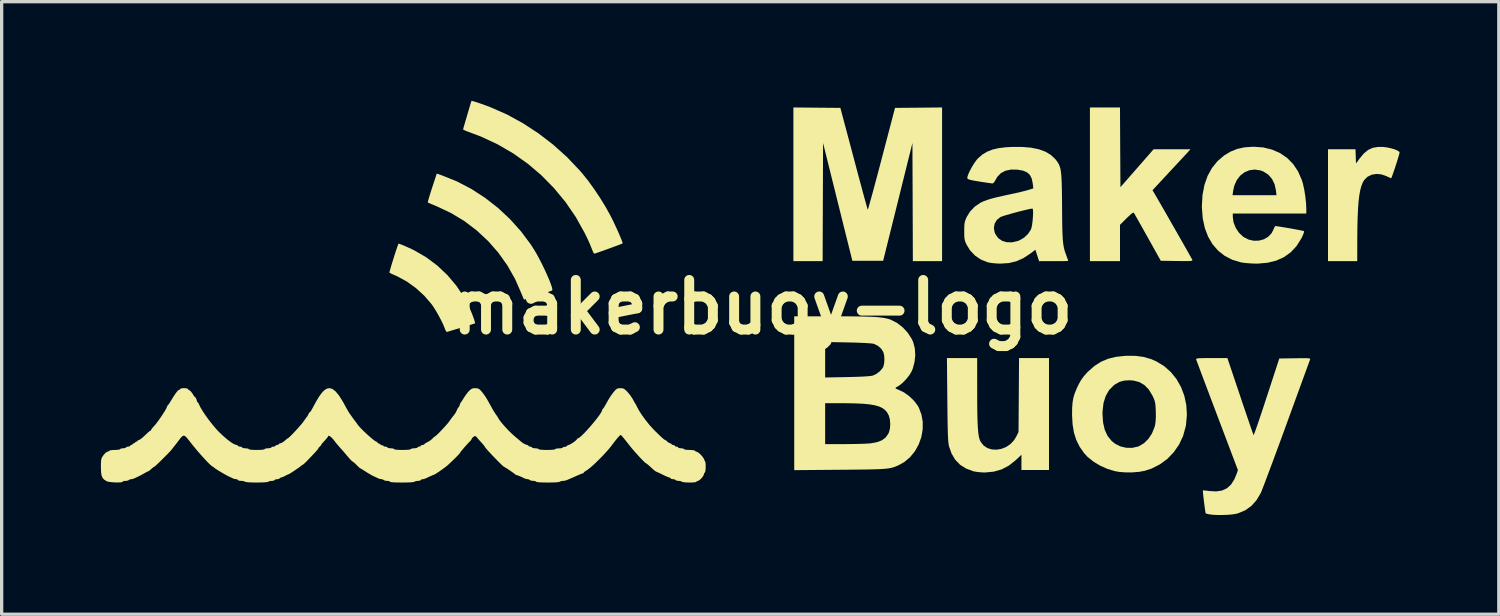
<source format=kicad_pcb>
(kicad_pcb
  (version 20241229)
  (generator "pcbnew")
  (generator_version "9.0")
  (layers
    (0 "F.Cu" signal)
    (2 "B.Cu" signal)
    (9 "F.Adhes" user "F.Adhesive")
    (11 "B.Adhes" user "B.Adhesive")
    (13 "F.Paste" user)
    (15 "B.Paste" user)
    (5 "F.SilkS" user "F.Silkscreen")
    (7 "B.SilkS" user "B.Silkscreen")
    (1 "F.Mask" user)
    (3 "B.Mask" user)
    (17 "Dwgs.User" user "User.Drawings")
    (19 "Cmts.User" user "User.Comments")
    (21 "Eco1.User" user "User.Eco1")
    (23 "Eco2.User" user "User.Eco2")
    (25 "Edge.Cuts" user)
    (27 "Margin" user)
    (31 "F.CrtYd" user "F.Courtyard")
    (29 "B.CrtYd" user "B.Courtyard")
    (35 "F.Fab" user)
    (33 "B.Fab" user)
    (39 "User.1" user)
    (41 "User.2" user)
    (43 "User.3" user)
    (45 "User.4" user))
  (footprint "makerbuoy-logo"
    (layer "F.Cu")
    (at 19.997 6.233)
    (property "Reference" "makerbuoy-logo" (at 0 0 0) (layer "F.SilkS") (effects (font (size 1.5 1.5) (thickness 0.3))))
    (attr board_only exclude_from_pos_files exclude_from_bom)
    (fp_poly (pts (xy 5.428 -3.712) (xy 5.428 -1.389) (xy 4.987 -1.389) (xy 4.545 -1.389) (xy 4.539 -3.175) (xy 4.532 -4.961) (xy 4.09 -3.181) (xy 3.647 -1.401) (xy 3.181 -1.401) (xy 2.716 -1.401) (xy 2.273 -3.181) (xy 1.831 -4.961) (xy 1.824 -3.175) (xy 1.818 -1.389) (xy 1.376 -1.389) (xy 0.934 -1.389) (xy 0.934 -3.712) (xy 0.934 -6.035) (xy 1.644 -6.028) (xy 2.354 -6.022) (xy 2.762 -4.49) (xy 2.833 -4.221) (xy 2.901 -3.967) (xy 2.965 -3.731) (xy 3.022 -3.519) (xy 3.072 -3.333) (xy 3.115 -3.179) (xy 3.148 -3.06) (xy 3.17 -2.981) (xy 3.181 -2.946) (xy 3.182 -2.945) (xy 3.191 -2.966) (xy 3.211 -3.032) (xy 3.241 -3.139) (xy 3.281 -3.283) (xy 3.33 -3.459) (xy 3.385 -3.664) (xy 3.446 -3.893) (xy 3.513 -4.143) (xy 3.583 -4.409) (xy 3.601 -4.477) (xy 4.006 -6.022) (xy 4.717 -6.028) (xy 5.428 -6.035)) (stroke (width 0) (type solid)) (fill yes) (layer "F.SilkS"))
    (fp_poly (pts (xy 18.756 -4.842) (xy 18.873 -4.827) (xy 18.993 -4.802) (xy 19.103 -4.77) (xy 19.191 -4.733) (xy 19.246 -4.697) (xy 19.256 -4.681) (xy 19.252 -4.651) (xy 19.234 -4.583) (xy 19.206 -4.487) (xy 19.171 -4.374) (xy 19.132 -4.254) (xy 19.093 -4.137) (xy 19.057 -4.033) (xy 19.027 -3.951) (xy 19.007 -3.903) (xy 19.002 -3.896) (xy 18.979 -3.903) (xy 18.924 -3.928) (xy 18.861 -3.958) (xy 18.707 -4.012) (xy 18.554 -4.026) (xy 18.41 -4.001) (xy 18.285 -3.939) (xy 18.188 -3.842) (xy 18.185 -3.838) (xy 18.139 -3.756) (xy 18.099 -3.653) (xy 18.066 -3.528) (xy 18.039 -3.374) (xy 18.017 -3.19) (xy 18.001 -2.971) (xy 17.989 -2.714) (xy 17.981 -2.414) (xy 17.978 -2.07) (xy 17.978 -1.95) (xy 17.977 -1.389) (xy 17.535 -1.389) (xy 17.093 -1.389) (xy 17.093 -3.08) (xy 17.093 -4.772) (xy 17.509 -4.772) (xy 17.924 -4.772) (xy 17.932 -4.556) (xy 17.939 -4.341) (xy 18.05 -4.493) (xy 18.176 -4.644) (xy 18.305 -4.75) (xy 18.446 -4.815) (xy 18.607 -4.842)) (stroke (width 0) (type solid)) (fill yes) (layer "F.SilkS"))
    (fp_poly (pts (xy -9.676 -3.977) (xy -9.231 -3.797) (xy -8.8 -3.572) (xy -8.386 -3.304) (xy -7.994 -2.998) (xy -7.63 -2.658) (xy -7.298 -2.288) (xy -7.003 -1.892) (xy -6.901 -1.733) (xy -6.824 -1.603) (xy -6.744 -1.455) (xy -6.664 -1.299) (xy -6.587 -1.14) (xy -6.515 -0.984) (xy -6.453 -0.84) (xy -6.403 -0.713) (xy -6.368 -0.61) (xy -6.351 -0.538) (xy -6.355 -0.505) (xy -6.383 -0.493) (xy -6.45 -0.469) (xy -6.545 -0.436) (xy -6.66 -0.398) (xy -6.783 -0.357) (xy -6.907 -0.317) (xy -7.02 -0.281) (xy -7.114 -0.252) (xy -7.179 -0.233) (xy -7.204 -0.227) (xy -7.218 -0.249) (xy -7.244 -0.307) (xy -7.278 -0.389) (xy -7.286 -0.41) (xy -7.477 -0.847) (xy -7.71 -1.259) (xy -7.983 -1.643) (xy -8.292 -1.996) (xy -8.634 -2.315) (xy -9.007 -2.598) (xy -9.408 -2.841) (xy -9.834 -3.042) (xy -9.835 -3.042) (xy -9.942 -3.087) (xy -10.032 -3.125) (xy -10.093 -3.152) (xy -10.116 -3.164) (xy -10.112 -3.191) (xy -10.095 -3.257) (xy -10.066 -3.356) (xy -10.027 -3.479) (xy -9.987 -3.606) (xy -9.845 -4.036)) (stroke (width 0) (type solid)) (fill yes) (layer "F.SilkS"))
    (fp_poly (pts (xy -10.965 -1.909) (xy -10.896 -1.882) (xy -10.804 -1.844) (xy -10.702 -1.799) (xy -10.6 -1.752) (xy -10.521 -1.713) (xy -10.161 -1.504) (xy -9.827 -1.254) (xy -9.522 -0.966) (xy -9.251 -0.644) (xy -9.018 -0.293) (xy -8.906 -0.088) (xy -8.864 0.002) (xy -8.818 0.108) (xy -8.774 0.217) (xy -8.735 0.32) (xy -8.706 0.407) (xy -8.689 0.467) (xy -8.688 0.49) (xy -8.715 0.499) (xy -8.781 0.521) (xy -8.88 0.552) (xy -9.002 0.589) (xy -9.102 0.619) (xy -9.238 0.66) (xy -9.359 0.696) (xy -9.454 0.725) (xy -9.516 0.744) (xy -9.535 0.75) (xy -9.56 0.736) (xy -9.587 0.686) (xy -9.595 0.665) (xy -9.637 0.558) (xy -9.699 0.425) (xy -9.776 0.278) (xy -9.859 0.131) (xy -9.941 -0.001) (xy -10.005 -0.092) (xy -10.225 -0.347) (xy -10.477 -0.577) (xy -10.75 -0.773) (xy -11.034 -0.928) (xy -11.069 -0.944) (xy -11.16 -0.984) (xy -11.231 -1.017) (xy -11.272 -1.039) (xy -11.276 -1.042) (xy -11.272 -1.068) (xy -11.255 -1.132) (xy -11.228 -1.226) (xy -11.194 -1.339) (xy -11.155 -1.463) (xy -11.116 -1.588) (xy -11.078 -1.705) (xy -11.044 -1.805) (xy -11.018 -1.878) (xy -11.002 -1.916) (xy -11 -1.919)) (stroke (width 0) (type solid)) (fill yes) (layer "F.SilkS"))
    (fp_poly (pts (xy 6.49 2.519) (xy 6.49 2.829) (xy 6.492 3.093) (xy 6.496 3.315) (xy 6.502 3.5) (xy 6.51 3.652) (xy 6.52 3.775) (xy 6.533 3.874) (xy 6.549 3.952) (xy 6.569 4.015) (xy 6.592 4.066) (xy 6.595 4.071) (xy 6.683 4.183) (xy 6.797 4.26) (xy 6.93 4.301) (xy 7.075 4.309) (xy 7.222 4.284) (xy 7.364 4.228) (xy 7.494 4.14) (xy 7.604 4.023) (xy 7.663 3.926) (xy 7.739 3.775) (xy 7.747 2.657) (xy 7.755 1.54) (xy 8.207 1.54) (xy 8.66 1.54) (xy 8.66 3.232) (xy 8.66 4.923) (xy 8.244 4.923) (xy 7.827 4.923) (xy 7.827 4.693) (xy 7.827 4.463) (xy 7.656 4.624) (xy 7.45 4.788) (xy 7.23 4.904) (xy 6.992 4.973) (xy 6.732 4.998) (xy 6.704 4.998) (xy 6.586 4.992) (xy 6.467 4.979) (xy 6.372 4.961) (xy 6.369 4.96) (xy 6.152 4.879) (xy 5.97 4.763) (xy 5.824 4.611) (xy 5.713 4.422) (xy 5.64 4.214) (xy 5.63 4.17) (xy 5.622 4.116) (xy 5.615 4.049) (xy 5.609 3.963) (xy 5.604 3.853) (xy 5.6 3.716) (xy 5.596 3.547) (xy 5.593 3.342) (xy 5.59 3.094) (xy 5.587 2.801) (xy 5.587 2.796) (xy 5.575 1.54) (xy 6.032 1.54) (xy 6.489 1.54)) (stroke (width 0) (type solid)) (fill yes) (layer "F.SilkS"))
    (fp_poly (pts (xy 10.812 -4.83) (xy 10.819 -3.625) (xy 11.321 -4.199) (xy 11.822 -4.772) (xy 12.379 -4.772) (xy 12.936 -4.772) (xy 12.885 -4.715) (xy 12.856 -4.683) (xy 12.797 -4.618) (xy 12.712 -4.527) (xy 12.608 -4.415) (xy 12.488 -4.286) (xy 12.357 -4.145) (xy 12.311 -4.096) (xy 11.788 -3.533) (xy 11.837 -3.452) (xy 11.871 -3.394) (xy 11.924 -3.303) (xy 11.994 -3.182) (xy 12.077 -3.038) (xy 12.171 -2.875) (xy 12.271 -2.7) (xy 12.375 -2.517) (xy 12.481 -2.333) (xy 12.584 -2.151) (xy 12.683 -1.979) (xy 12.773 -1.82) (xy 12.852 -1.681) (xy 12.916 -1.567) (xy 12.963 -1.483) (xy 12.989 -1.435) (xy 12.994 -1.426) (xy 12.994 -1.412) (xy 12.978 -1.403) (xy 12.939 -1.397) (xy 12.873 -1.393) (xy 12.771 -1.392) (xy 12.629 -1.393) (xy 12.524 -1.394) (xy 12.039 -1.401) (xy 11.644 -2.108) (xy 11.546 -2.282) (xy 11.457 -2.442) (xy 11.377 -2.583) (xy 11.311 -2.7) (xy 11.262 -2.787) (xy 11.233 -2.838) (xy 11.226 -2.849) (xy 11.207 -2.856) (xy 11.169 -2.836) (xy 11.109 -2.785) (xy 11.02 -2.701) (xy 11.005 -2.686) (xy 10.806 -2.488) (xy 10.806 -1.938) (xy 10.806 -1.389) (xy 10.352 -1.389) (xy 9.897 -1.389) (xy 9.897 -3.712) (xy 9.897 -6.034) (xy 10.352 -6.034) (xy 10.806 -6.034)) (stroke (width 0) (type solid)) (fill yes) (layer "F.SilkS"))
    (fp_poly (pts (xy -8.77 -6.23) (xy -8.704 -6.212) (xy -8.609 -6.182) (xy -8.491 -6.141) (xy -8.36 -6.094) (xy -8.224 -6.043) (xy -8.218 -6.04) (xy -7.726 -5.824) (xy -7.243 -5.56) (xy -6.776 -5.255) (xy -6.329 -4.912) (xy -5.909 -4.535) (xy -5.522 -4.128) (xy -5.435 -4.027) (xy -5.262 -3.81) (xy -5.082 -3.56) (xy -4.904 -3.293) (xy -4.739 -3.024) (xy -4.597 -2.767) (xy -4.545 -2.666) (xy -4.477 -2.524) (xy -4.411 -2.382) (xy -4.35 -2.246) (xy -4.298 -2.125) (xy -4.258 -2.027) (xy -4.234 -1.958) (xy -4.227 -1.926) (xy -4.228 -1.925) (xy -4.253 -1.914) (xy -4.317 -1.889) (xy -4.41 -1.854) (xy -4.522 -1.813) (xy -4.644 -1.768) (xy -4.767 -1.724) (xy -4.881 -1.683) (xy -4.978 -1.649) (xy -5.047 -1.626) (xy -5.079 -1.616) (xy -5.08 -1.616) (xy -5.105 -1.637) (xy -5.123 -1.673) (xy -5.187 -1.832) (xy -5.243 -1.966) (xy -5.304 -2.097) (xy -5.378 -2.247) (xy -5.379 -2.249) (xy -5.646 -2.727) (xy -5.954 -3.176) (xy -6.3 -3.595) (xy -6.68 -3.982) (xy -7.092 -4.333) (xy -7.534 -4.646) (xy -8.002 -4.918) (xy -8.494 -5.149) (xy -8.824 -5.274) (xy -8.922 -5.31) (xy -8.998 -5.341) (xy -9.042 -5.364) (xy -9.049 -5.372) (xy -9.042 -5.402) (xy -9.023 -5.47) (xy -8.995 -5.567) (xy -8.961 -5.682) (xy -8.925 -5.807) (xy -8.888 -5.931) (xy -8.854 -6.045) (xy -8.826 -6.14) (xy -8.805 -6.206) (xy -8.796 -6.233) (xy -8.796 -6.233)) (stroke (width 0) (type solid)) (fill yes) (layer "F.SilkS"))
    (fp_poly (pts (xy 11.278 1.473) (xy 11.516 1.505) (xy 11.737 1.568) (xy 11.905 1.641) (xy 12.14 1.784) (xy 12.344 1.965) (xy 12.515 2.177) (xy 12.651 2.417) (xy 12.75 2.679) (xy 12.81 2.959) (xy 12.828 3.251) (xy 12.802 3.552) (xy 12.79 3.616) (xy 12.713 3.896) (xy 12.592 4.153) (xy 12.432 4.384) (xy 12.238 4.586) (xy 12.013 4.752) (xy 11.761 4.88) (xy 11.548 4.949) (xy 11.383 4.979) (xy 11.189 4.995) (xy 10.985 4.996) (xy 10.793 4.982) (xy 10.664 4.961) (xy 10.433 4.893) (xy 10.208 4.793) (xy 10.001 4.668) (xy 9.824 4.525) (xy 9.721 4.413) (xy 9.585 4.219) (xy 9.484 4.015) (xy 9.414 3.792) (xy 9.373 3.543) (xy 9.357 3.258) (xy 9.357 3.244) (xy 9.357 3.232) (xy 10.277 3.232) (xy 10.294 3.488) (xy 10.345 3.709) (xy 10.431 3.894) (xy 10.553 4.045) (xy 10.653 4.127) (xy 10.812 4.208) (xy 10.991 4.251) (xy 11.175 4.254) (xy 11.351 4.215) (xy 11.379 4.204) (xy 11.532 4.113) (xy 11.665 3.982) (xy 11.773 3.818) (xy 11.849 3.628) (xy 11.868 3.557) (xy 11.883 3.446) (xy 11.89 3.3) (xy 11.887 3.135) (xy 11.881 3.008) (xy 11.872 2.915) (xy 11.856 2.841) (xy 11.831 2.77) (xy 11.792 2.685) (xy 11.781 2.664) (xy 11.672 2.486) (xy 11.542 2.354) (xy 11.389 2.265) (xy 11.21 2.219) (xy 11.084 2.211) (xy 10.923 2.222) (xy 10.789 2.261) (xy 10.662 2.332) (xy 10.61 2.371) (xy 10.474 2.511) (xy 10.374 2.686) (xy 10.308 2.897) (xy 10.279 3.143) (xy 10.277 3.232) (xy 9.357 3.232) (xy 9.36 3.045) (xy 9.372 2.881) (xy 9.398 2.737) (xy 9.44 2.598) (xy 9.503 2.447) (xy 9.55 2.348) (xy 9.623 2.215) (xy 9.703 2.101) (xy 9.806 1.984) (xy 9.846 1.944) (xy 10.033 1.779) (xy 10.228 1.654) (xy 10.44 1.563) (xy 10.677 1.504) (xy 10.949 1.474) (xy 11.009 1.471)) (stroke (width 0) (type solid)) (fill yes) (layer "F.SilkS"))
    (fp_poly (pts (xy 15.139 -4.826) (xy 15.406 -4.76) (xy 15.647 -4.654) (xy 15.859 -4.508) (xy 16.04 -4.324) (xy 16.187 -4.104) (xy 16.299 -3.849) (xy 16.334 -3.736) (xy 16.375 -3.551) (xy 16.408 -3.343) (xy 16.43 -3.137) (xy 16.437 -2.974) (xy 16.437 -2.828) (xy 15.326 -2.828) (xy 14.215 -2.828) (xy 14.215 -2.728) (xy 14.238 -2.563) (xy 14.302 -2.4) (xy 14.399 -2.252) (xy 14.522 -2.133) (xy 14.545 -2.117) (xy 14.695 -2.041) (xy 14.852 -2.006) (xy 15.008 -2.01) (xy 15.155 -2.05) (xy 15.283 -2.124) (xy 15.385 -2.23) (xy 15.441 -2.336) (xy 15.469 -2.402) (xy 15.492 -2.443) (xy 15.5 -2.45) (xy 15.54 -2.446) (xy 15.617 -2.435) (xy 15.722 -2.418) (xy 15.843 -2.398) (xy 15.972 -2.376) (xy 16.097 -2.353) (xy 16.21 -2.332) (xy 16.299 -2.314) (xy 16.356 -2.301) (xy 16.37 -2.296) (xy 16.368 -2.267) (xy 16.347 -2.205) (xy 16.309 -2.12) (xy 16.284 -2.071) (xy 16.141 -1.844) (xy 15.967 -1.658) (xy 15.764 -1.512) (xy 15.53 -1.406) (xy 15.266 -1.341) (xy 14.971 -1.315) (xy 14.912 -1.315) (xy 14.774 -1.32) (xy 14.634 -1.33) (xy 14.511 -1.345) (xy 14.455 -1.355) (xy 14.196 -1.433) (xy 13.967 -1.552) (xy 13.769 -1.709) (xy 13.602 -1.902) (xy 13.469 -2.13) (xy 13.37 -2.39) (xy 13.307 -2.681) (xy 13.282 -3.001) (xy 13.281 -3.058) (xy 13.3 -3.383) (xy 14.208 -3.383) (xy 14.872 -3.383) (xy 15.535 -3.383) (xy 15.521 -3.519) (xy 15.48 -3.709) (xy 15.402 -3.872) (xy 15.289 -4.003) (xy 15.146 -4.096) (xy 15.053 -4.132) (xy 14.881 -4.158) (xy 14.718 -4.138) (xy 14.569 -4.075) (xy 14.439 -3.974) (xy 14.335 -3.838) (xy 14.261 -3.672) (xy 14.226 -3.516) (xy 14.208 -3.383) (xy 13.3 -3.383) (xy 13.3 -3.389) (xy 13.358 -3.691) (xy 13.453 -3.964) (xy 13.586 -4.205) (xy 13.754 -4.413) (xy 13.957 -4.586) (xy 14.145 -4.699) (xy 14.348 -4.781) (xy 14.571 -4.83) (xy 14.825 -4.847) (xy 14.848 -4.847)) (stroke (width 0) (type solid)) (fill yes) (layer "F.SilkS"))
    (fp_poly (pts (xy 14.441 2.695) (xy 14.518 2.926) (xy 14.592 3.142) (xy 14.659 3.339) (xy 14.718 3.512) (xy 14.767 3.656) (xy 14.806 3.766) (xy 14.832 3.839) (xy 14.844 3.868) (xy 14.844 3.868) (xy 14.855 3.849) (xy 14.879 3.785) (xy 14.916 3.683) (xy 14.964 3.547) (xy 15.021 3.38) (xy 15.085 3.188) (xy 15.156 2.975) (xy 15.231 2.745) (xy 15.24 2.719) (xy 15.621 1.553) (xy 16.095 1.546) (xy 16.26 1.544) (xy 16.382 1.543) (xy 16.465 1.545) (xy 16.518 1.549) (xy 16.545 1.557) (xy 16.555 1.568) (xy 16.552 1.583) (xy 16.551 1.584) (xy 16.54 1.614) (xy 16.513 1.688) (xy 16.471 1.802) (xy 16.416 1.953) (xy 16.349 2.136) (xy 16.272 2.349) (xy 16.185 2.587) (xy 16.09 2.847) (xy 15.989 3.125) (xy 15.882 3.418) (xy 15.84 3.535) (xy 15.73 3.836) (xy 15.623 4.128) (xy 15.52 4.405) (xy 15.425 4.664) (xy 15.336 4.901) (xy 15.257 5.111) (xy 15.189 5.292) (xy 15.133 5.438) (xy 15.091 5.546) (xy 15.064 5.611) (xy 15.059 5.622) (xy 14.932 5.836) (xy 14.777 6.009) (xy 14.594 6.14) (xy 14.383 6.229) (xy 14.314 6.248) (xy 14.207 6.265) (xy 14.066 6.277) (xy 13.909 6.283) (xy 13.751 6.283) (xy 13.61 6.276) (xy 13.501 6.263) (xy 13.438 6.248) (xy 13.4 6.236) (xy 13.396 6.234) (xy 13.39 6.207) (xy 13.379 6.14) (xy 13.366 6.047) (xy 13.352 5.938) (xy 13.338 5.823) (xy 13.325 5.715) (xy 13.316 5.624) (xy 13.311 5.562) (xy 13.312 5.541) (xy 13.338 5.54) (xy 13.402 5.546) (xy 13.491 5.557) (xy 13.509 5.559) (xy 13.715 5.571) (xy 13.89 5.544) (xy 14.039 5.475) (xy 14.162 5.363) (xy 14.262 5.207) (xy 14.331 5.042) (xy 14.37 4.925) (xy 13.746 3.277) (xy 13.642 3.001) (xy 13.542 2.739) (xy 13.45 2.493) (xy 13.365 2.269) (xy 13.29 2.07) (xy 13.226 1.899) (xy 13.175 1.762) (xy 13.137 1.661) (xy 13.115 1.6) (xy 13.11 1.584) (xy 13.109 1.569) (xy 13.12 1.558) (xy 13.15 1.55) (xy 13.205 1.545) (xy 13.291 1.542) (xy 13.415 1.54) (xy 13.575 1.54) (xy 14.052 1.54)) (stroke (width 0) (type solid)) (fill yes) (layer "F.SilkS"))
    (fp_poly (pts (xy 2.463 0.278) (xy 2.739 0.28) (xy 2.973 0.283) (xy 3.171 0.288) (xy 3.336 0.294) (xy 3.474 0.303) (xy 3.588 0.315) (xy 3.683 0.329) (xy 3.764 0.346) (xy 3.834 0.366) (xy 3.874 0.38) (xy 4.064 0.476) (xy 4.24 0.612) (xy 4.393 0.778) (xy 4.513 0.965) (xy 4.556 1.06) (xy 4.604 1.245) (xy 4.618 1.45) (xy 4.596 1.66) (xy 4.542 1.86) (xy 4.501 1.955) (xy 4.435 2.062) (xy 4.345 2.174) (xy 4.245 2.279) (xy 4.147 2.36) (xy 4.103 2.388) (xy 4.047 2.421) (xy 4.017 2.446) (xy 4.015 2.45) (xy 4.036 2.466) (xy 4.089 2.49) (xy 4.109 2.497) (xy 4.272 2.575) (xy 4.433 2.69) (xy 4.578 2.828) (xy 4.692 2.978) (xy 4.723 3.033) (xy 4.805 3.247) (xy 4.844 3.473) (xy 4.841 3.703) (xy 4.8 3.932) (xy 4.721 4.151) (xy 4.609 4.353) (xy 4.465 4.531) (xy 4.292 4.678) (xy 4.141 4.765) (xy 4.078 4.794) (xy 4.021 4.819) (xy 3.964 4.839) (xy 3.902 4.857) (xy 3.832 4.871) (xy 3.748 4.882) (xy 3.647 4.891) (xy 3.523 4.898) (xy 3.372 4.903) (xy 3.19 4.907) (xy 2.971 4.91) (xy 2.712 4.913) (xy 2.408 4.916) (xy 2.342 4.916) (xy 0.959 4.928) (xy 0.959 2.904) (xy 1.894 2.904) (xy 1.894 3.522) (xy 1.894 4.141) (xy 2.481 4.141) (xy 2.663 4.139) (xy 2.841 4.136) (xy 3.005 4.132) (xy 3.144 4.126) (xy 3.247 4.119) (xy 3.274 4.117) (xy 3.463 4.082) (xy 3.61 4.025) (xy 3.721 3.942) (xy 3.801 3.83) (xy 3.824 3.781) (xy 3.853 3.668) (xy 3.862 3.531) (xy 3.85 3.394) (xy 3.819 3.279) (xy 3.815 3.27) (xy 3.767 3.183) (xy 3.705 3.111) (xy 3.626 3.051) (xy 3.525 3.004) (xy 3.397 2.967) (xy 3.238 2.94) (xy 3.045 2.921) (xy 2.811 2.91) (xy 2.534 2.905) (xy 2.405 2.904) (xy 1.894 2.904) (xy 0.959 2.904) (xy 0.959 2.603) (xy 0.959 1.054) (xy 1.894 1.054) (xy 1.894 1.591) (xy 1.894 2.127) (xy 2.569 2.114) (xy 2.816 2.108) (xy 3.018 2.1) (xy 3.173 2.091) (xy 3.281 2.08) (xy 3.338 2.069) (xy 3.448 2.015) (xy 3.549 1.937) (xy 3.626 1.848) (xy 3.652 1.802) (xy 3.677 1.702) (xy 3.685 1.579) (xy 3.677 1.455) (xy 3.652 1.356) (xy 3.652 1.355) (xy 3.587 1.256) (xy 3.489 1.17) (xy 3.373 1.112) (xy 3.364 1.109) (xy 3.31 1.1) (xy 3.212 1.092) (xy 3.076 1.083) (xy 2.908 1.076) (xy 2.715 1.07) (xy 2.582 1.067) (xy 1.894 1.054) (xy 0.959 1.054) (xy 0.959 0.278) (xy 2.14 0.278)) (stroke (width 0) (type solid)) (fill yes) (layer "F.SilkS"))
    (fp_poly (pts (xy 8.119 -4.819) (xy 8.354 -4.771) (xy 8.553 -4.698) (xy 8.717 -4.599) (xy 8.851 -4.473) (xy 8.888 -4.426) (xy 8.925 -4.373) (xy 8.956 -4.32) (xy 8.981 -4.262) (xy 9.002 -4.195) (xy 9.017 -4.112) (xy 9.03 -4.01) (xy 9.039 -3.882) (xy 9.045 -3.724) (xy 9.05 -3.531) (xy 9.053 -3.297) (xy 9.055 -3.019) (xy 9.057 -2.745) (xy 9.06 -2.516) (xy 9.064 -2.326) (xy 9.07 -2.17) (xy 9.077 -2.041) (xy 9.088 -1.934) (xy 9.101 -1.844) (xy 9.118 -1.765) (xy 9.138 -1.69) (xy 9.164 -1.615) (xy 9.181 -1.569) (xy 9.211 -1.487) (xy 9.233 -1.426) (xy 9.241 -1.398) (xy 9.241 -1.398) (xy 9.217 -1.395) (xy 9.151 -1.392) (xy 9.05 -1.39) (xy 8.923 -1.389) (xy 8.801 -1.389) (xy 8.36 -1.389) (xy 8.304 -1.562) (xy 8.249 -1.734) (xy 8.095 -1.618) (xy 7.882 -1.478) (xy 7.668 -1.384) (xy 7.442 -1.331) (xy 7.19 -1.315) (xy 7.184 -1.315) (xy 7.061 -1.32) (xy 6.937 -1.332) (xy 6.836 -1.349) (xy 6.817 -1.353) (xy 6.606 -1.435) (xy 6.424 -1.557) (xy 6.272 -1.719) (xy 6.166 -1.893) (xy 6.134 -1.963) (xy 6.114 -2.026) (xy 6.103 -2.098) (xy 6.098 -2.193) (xy 6.098 -2.298) (xy 6.099 -2.397) (xy 6.994 -2.397) (xy 7.016 -2.262) (xy 7.044 -2.198) (xy 7.129 -2.082) (xy 7.245 -2.003) (xy 7.384 -1.961) (xy 7.541 -1.958) (xy 7.709 -1.996) (xy 7.771 -2.02) (xy 7.906 -2.099) (xy 8.022 -2.208) (xy 8.106 -2.332) (xy 8.118 -2.357) (xy 8.136 -2.42) (xy 8.152 -2.51) (xy 8.165 -2.615) (xy 8.174 -2.725) (xy 8.179 -2.827) (xy 8.178 -2.911) (xy 8.171 -2.965) (xy 8.161 -2.979) (xy 8.11 -2.973) (xy 8.02 -2.954) (xy 7.903 -2.926) (xy 7.769 -2.893) (xy 7.628 -2.855) (xy 7.49 -2.817) (xy 7.367 -2.782) (xy 7.268 -2.751) (xy 7.204 -2.727) (xy 7.191 -2.721) (xy 7.083 -2.635) (xy 7.017 -2.524) (xy 6.994 -2.397) (xy 6.099 -2.397) (xy 6.099 -2.423) (xy 6.105 -2.514) (xy 6.118 -2.585) (xy 6.141 -2.654) (xy 6.17 -2.72) (xy 6.273 -2.888) (xy 6.415 -3.036) (xy 6.585 -3.153) (xy 6.61 -3.166) (xy 6.699 -3.206) (xy 6.808 -3.245) (xy 6.942 -3.285) (xy 7.108 -3.327) (xy 7.313 -3.373) (xy 7.478 -3.408) (xy 7.625 -3.44) (xy 7.771 -3.473) (xy 7.901 -3.505) (xy 7.999 -3.531) (xy 8.018 -3.537) (xy 8.187 -3.589) (xy 8.17 -3.73) (xy 8.14 -3.88) (xy 8.085 -3.993) (xy 8 -4.072) (xy 7.878 -4.124) (xy 7.715 -4.154) (xy 7.712 -4.155) (xy 7.512 -4.158) (xy 7.342 -4.122) (xy 7.202 -4.047) (xy 7.094 -3.933) (xy 7.047 -3.85) (xy 7.001 -3.773) (xy 6.959 -3.739) (xy 6.95 -3.738) (xy 6.909 -3.743) (xy 6.83 -3.754) (xy 6.721 -3.77) (xy 6.594 -3.789) (xy 6.552 -3.796) (xy 6.408 -3.82) (xy 6.307 -3.84) (xy 6.241 -3.858) (xy 6.205 -3.875) (xy 6.191 -3.894) (xy 6.19 -3.896) (xy 6.197 -3.95) (xy 6.228 -4.034) (xy 6.276 -4.136) (xy 6.336 -4.246) (xy 6.402 -4.352) (xy 6.467 -4.443) (xy 6.513 -4.496) (xy 6.643 -4.609) (xy 6.785 -4.696) (xy 6.947 -4.761) (xy 7.136 -4.805) (xy 7.362 -4.832) (xy 7.527 -4.841) (xy 7.844 -4.842)) (stroke (width 0) (type solid)) (fill yes) (layer "F.SilkS"))
    (fp_poly (pts (xy -13.002 2.472) (xy -12.909 2.542) (xy -12.809 2.66) (xy -12.702 2.826) (xy -12.649 2.92) (xy -12.591 3.026) (xy -12.538 3.121) (xy -12.496 3.191) (xy -12.475 3.223) (xy -12.427 3.289) (xy -12.397 3.332) (xy -12.352 3.395) (xy -12.321 3.434) (xy -12.277 3.492) (xy -12.246 3.538) (xy -12.201 3.596) (xy -12.132 3.671) (xy -12.047 3.756) (xy -11.954 3.843) (xy -11.862 3.925) (xy -11.779 3.995) (xy -11.714 4.044) (xy -11.674 4.065) (xy -11.671 4.065) (xy -11.642 4.081) (xy -11.64 4.09) (xy -11.62 4.114) (xy -11.613 4.116) (xy -11.574 4.132) (xy -11.547 4.154) (xy -11.507 4.178) (xy -11.486 4.177) (xy -11.464 4.181) (xy -11.463 4.19) (xy -11.441 4.21) (xy -11.4 4.217) (xy -11.352 4.225) (xy -11.337 4.242) (xy -11.314 4.258) (xy -11.258 4.266) (xy -11.236 4.267) (xy -11.172 4.273) (xy -11.137 4.287) (xy -11.135 4.292) (xy -11.111 4.304) (xy -11.043 4.312) (xy -10.94 4.317) (xy -10.882 4.317) (xy -10.765 4.315) (xy -10.68 4.308) (xy -10.635 4.298) (xy -10.63 4.292) (xy -10.607 4.276) (xy -10.551 4.268) (xy -10.529 4.267) (xy -10.465 4.261) (xy -10.43 4.247) (xy -10.428 4.242) (xy -10.406 4.221) (xy -10.377 4.217) (xy -10.336 4.206) (xy -10.327 4.191) (xy -10.305 4.171) (xy -10.276 4.166) (xy -10.235 4.158) (xy -10.225 4.147) (xy -10.204 4.126) (xy -10.152 4.094) (xy -10.122 4.079) (xy -10.047 4.035) (xy -9.986 3.985) (xy -9.974 3.972) (xy -9.934 3.93) (xy -9.906 3.914) (xy -9.881 3.896) (xy -9.829 3.85) (xy -9.76 3.782) (xy -9.708 3.727) (xy -9.617 3.63) (xy -9.551 3.556) (xy -9.5 3.496) (xy -9.454 3.435) (xy -9.418 3.383) (xy -9.374 3.324) (xy -9.323 3.261) (xy -9.272 3.187) (xy -9.236 3.112) (xy -9.211 3.057) (xy -9.19 3.03) (xy -9.188 3.03) (xy -9.17 3.008) (xy -9.153 2.961) (xy -9.134 2.906) (xy -9.117 2.879) (xy -9.094 2.851) (xy -9.057 2.794) (xy -9.03 2.748) (xy -8.97 2.658) (xy -8.902 2.569) (xy -8.876 2.54) (xy -8.814 2.483) (xy -8.759 2.456) (xy -8.687 2.45) (xy -8.681 2.45) (xy -8.617 2.455) (xy -8.569 2.473) (xy -8.522 2.515) (xy -8.472 2.574) (xy -8.428 2.63) (xy -8.387 2.688) (xy -8.343 2.756) (xy -8.291 2.846) (xy -8.225 2.965) (xy -8.182 3.042) (xy -8.141 3.114) (xy -8.095 3.188) (xy -8.055 3.25) (xy -8.03 3.282) (xy -8.01 3.312) (xy -7.981 3.364) (xy -7.935 3.434) (xy -7.86 3.527) (xy -7.766 3.634) (xy -7.663 3.743) (xy -7.558 3.844) (xy -7.465 3.926) (xy -7.386 3.991) (xy -7.307 4.058) (xy -7.29 4.073) (xy -7.221 4.122) (xy -7.153 4.155) (xy -7.139 4.158) (xy -7.089 4.175) (xy -7.07 4.194) (xy -7.048 4.212) (xy -7.019 4.217) (xy -6.978 4.227) (xy -6.969 4.242) (xy -6.946 4.258) (xy -6.89 4.266) (xy -6.868 4.267) (xy -6.804 4.273) (xy -6.769 4.287) (xy -6.767 4.292) (xy -6.743 4.304) (xy -6.675 4.312) (xy -6.572 4.317) (xy -6.514 4.317) (xy -6.398 4.315) (xy -6.313 4.308) (xy -6.267 4.298) (xy -6.262 4.292) (xy -6.239 4.278) (xy -6.183 4.271) (xy -6.158 4.271) (xy -6.083 4.266) (xy -6.038 4.247) (xy -6.035 4.243) (xy -6.003 4.222) (xy -5.989 4.226) (xy -5.952 4.224) (xy -5.925 4.204) (xy -5.881 4.173) (xy -5.858 4.166) (xy -5.82 4.152) (xy -5.761 4.118) (xy -5.696 4.074) (xy -5.64 4.029) (xy -5.608 3.996) (xy -5.605 3.988) (xy -5.585 3.966) (xy -5.574 3.964) (xy -5.535 3.945) (xy -5.473 3.892) (xy -5.392 3.813) (xy -5.301 3.716) (xy -5.203 3.606) (xy -5.107 3.493) (xy -5.017 3.381) (xy -4.941 3.28) (xy -4.884 3.195) (xy -4.852 3.135) (xy -4.848 3.116) (xy -4.832 3.081) (xy -4.825 3.076) (xy -4.803 3.051) (xy -4.766 2.992) (xy -4.721 2.911) (xy -4.71 2.891) (xy -4.648 2.782) (xy -4.576 2.669) (xy -4.512 2.583) (xy -4.452 2.512) (xy -4.406 2.472) (xy -4.36 2.455) (xy -4.299 2.45) (xy -4.298 2.45) (xy -4.232 2.454) (xy -4.181 2.473) (xy -4.127 2.517) (xy -4.084 2.561) (xy -4.011 2.647) (xy -3.943 2.744) (xy -3.914 2.795) (xy -3.876 2.865) (xy -3.847 2.914) (xy -3.837 2.929) (xy -3.819 2.959) (xy -3.793 3.013) (xy -3.733 3.125) (xy -3.646 3.26) (xy -3.54 3.406) (xy -3.425 3.551) (xy -3.308 3.682) (xy -3.254 3.737) (xy -3.142 3.846) (xy -3.061 3.924) (xy -3.005 3.974) (xy -2.968 4.003) (xy -2.947 4.014) (xy -2.943 4.015) (xy -2.917 4.03) (xy -2.878 4.065) (xy -2.828 4.102) (xy -2.79 4.116) (xy -2.756 4.129) (xy -2.752 4.141) (xy -2.731 4.161) (xy -2.702 4.166) (xy -2.661 4.177) (xy -2.651 4.191) (xy -2.63 4.212) (xy -2.601 4.217) (xy -2.56 4.227) (xy -2.55 4.242) (xy -2.528 4.258) (xy -2.473 4.267) (xy -2.462 4.267) (xy -2.403 4.273) (xy -2.374 4.289) (xy -2.373 4.292) (xy -2.35 4.305) (xy -2.289 4.314) (xy -2.209 4.317) (xy -2.126 4.321) (xy -2.067 4.329) (xy -2.045 4.34) (xy -2.024 4.36) (xy -1.976 4.377) (xy -1.928 4.404) (xy -1.869 4.458) (xy -1.811 4.524) (xy -1.769 4.587) (xy -1.756 4.625) (xy -1.74 4.656) (xy -1.736 4.66) (xy -1.724 4.695) (xy -1.718 4.759) (xy -1.717 4.837) (xy -1.721 4.914) (xy -1.729 4.973) (xy -1.741 4.999) (xy -1.742 4.999) (xy -1.764 5.02) (xy -1.768 5.043) (xy -1.785 5.093) (xy -1.828 5.154) (xy -1.883 5.211) (xy -1.934 5.246) (xy -1.954 5.252) (xy -1.989 5.264) (xy -1.995 5.277) (xy -2.018 5.289) (xy -2.084 5.298) (xy -2.181 5.302) (xy -2.208 5.302) (xy -2.307 5.299) (xy -2.385 5.292) (xy -2.431 5.281) (xy -2.436 5.277) (xy -2.47 5.26) (xy -2.531 5.252) (xy -2.539 5.252) (xy -2.597 5.245) (xy -2.625 5.229) (xy -2.626 5.226) (xy -2.648 5.209) (xy -2.701 5.201) (xy -2.702 5.201) (xy -2.755 5.194) (xy -2.777 5.176) (xy -2.777 5.176) (xy -2.798 5.153) (xy -2.812 5.151) (xy -2.85 5.14) (xy -2.919 5.111) (xy -3.005 5.07) (xy -3.02 5.063) (xy -3.105 5.021) (xy -3.172 4.99) (xy -3.208 4.975) (xy -3.211 4.974) (xy -3.239 4.959) (xy -3.287 4.92) (xy -3.304 4.905) (xy -3.401 4.816) (xy -3.466 4.759) (xy -3.505 4.729) (xy -3.519 4.721) (xy -3.544 4.704) (xy -3.594 4.657) (xy -3.662 4.588) (xy -3.739 4.506) (xy -3.818 4.418) (xy -3.832 4.403) (xy -3.897 4.328) (xy -3.952 4.264) (xy -4.008 4.196) (xy -4.074 4.112) (xy -4.156 4.008) (xy -4.213 3.938) (xy -4.26 3.886) (xy -4.285 3.863) (xy -4.287 3.863) (xy -4.316 3.883) (xy -4.369 3.94) (xy -4.443 4.03) (xy -4.534 4.147) (xy -4.564 4.189) (xy -4.645 4.29) (xy -4.747 4.405) (xy -4.862 4.527) (xy -4.982 4.647) (xy -5.098 4.758) (xy -5.204 4.851) (xy -5.291 4.919) (xy -5.335 4.947) (xy -5.383 4.978) (xy -5.403 5.003) (xy -5.403 5.003) (xy -5.422 5.024) (xy -5.428 5.024) (xy -5.462 5.034) (xy -5.527 5.06) (xy -5.598 5.09) (xy -5.687 5.13) (xy -5.765 5.164) (xy -5.807 5.182) (xy -5.873 5.21) (xy -5.914 5.229) (xy -5.972 5.246) (xy -6.033 5.252) (xy -6.091 5.259) (xy -6.123 5.277) (xy -6.153 5.287) (xy -6.227 5.295) (xy -6.337 5.3) (xy -6.474 5.302) (xy -6.49 5.302) (xy -6.637 5.3) (xy -6.748 5.295) (xy -6.818 5.287) (xy -6.842 5.277) (xy -6.865 5.26) (xy -6.919 5.252) (xy -6.929 5.252) (xy -6.992 5.245) (xy -7.03 5.229) (xy -7.032 5.226) (xy -7.067 5.205) (xy -7.097 5.201) (xy -7.163 5.189) (xy -7.19 5.178) (xy -7.258 5.145) (xy -7.333 5.112) (xy -7.398 5.087) (xy -7.436 5.076) (xy -7.439 5.076) (xy -7.467 5.063) (xy -7.471 5.058) (xy -7.498 5.035) (xy -7.555 4.993) (xy -7.628 4.943) (xy -7.704 4.892) (xy -7.769 4.851) (xy -7.811 4.827) (xy -7.814 4.825) (xy -7.843 4.804) (xy -7.896 4.755) (xy -7.966 4.686) (xy -8.048 4.603) (xy -8.134 4.514) (xy -8.218 4.425) (xy -8.293 4.344) (xy -8.352 4.277) (xy -8.388 4.232) (xy -8.396 4.217) (xy -8.405 4.2) (xy -8.44 4.157) (xy -8.482 4.109) (xy -8.546 4.038) (xy -8.604 3.972) (xy -8.628 3.942) (xy -8.666 3.902) (xy -8.7 3.9) (xy -8.731 3.916) (xy -8.773 3.951) (xy -8.786 3.974) (xy -8.802 4.01) (xy -8.825 4.038) (xy -8.908 4.125) (xy -8.988 4.213) (xy -9.057 4.293) (xy -9.11 4.356) (xy -9.137 4.394) (xy -9.14 4.401) (xy -9.157 4.426) (xy -9.204 4.477) (xy -9.271 4.546) (xy -9.352 4.625) (xy -9.438 4.707) (xy -9.52 4.783) (xy -9.537 4.797) (xy -9.586 4.836) (xy -9.656 4.888) (xy -9.736 4.944) (xy -9.815 4.998) (xy -9.879 5.039) (xy -9.918 5.061) (xy -9.923 5.063) (xy -9.953 5.073) (xy -10.011 5.099) (xy -10.082 5.13) (xy -10.147 5.161) (xy -10.181 5.178) (xy -10.245 5.198) (xy -10.276 5.201) (xy -10.317 5.212) (xy -10.327 5.226) (xy -10.349 5.243) (xy -10.403 5.252) (xy -10.414 5.252) (xy -10.476 5.258) (xy -10.514 5.275) (xy -10.516 5.277) (xy -10.547 5.287) (xy -10.621 5.295) (xy -10.731 5.3) (xy -10.871 5.302) (xy -10.896 5.302) (xy -11.047 5.3) (xy -11.161 5.296) (xy -11.234 5.288) (xy -11.261 5.278) (xy -11.261 5.277) (xy -11.283 5.26) (xy -11.337 5.252) (xy -11.348 5.252) (xy -11.411 5.245) (xy -11.448 5.229) (xy -11.45 5.226) (xy -11.486 5.205) (xy -11.515 5.201) (xy -11.581 5.189) (xy -11.608 5.178) (xy -11.66 5.153) (xy -11.731 5.121) (xy -11.747 5.114) (xy -11.818 5.078) (xy -11.909 5.025) (xy -11.992 4.973) (xy -12.068 4.924) (xy -12.126 4.888) (xy -12.156 4.873) (xy -12.157 4.873) (xy -12.181 4.856) (xy -12.228 4.813) (xy -12.268 4.772) (xy -12.325 4.716) (xy -12.37 4.679) (xy -12.387 4.67) (xy -12.412 4.651) (xy -12.461 4.602) (xy -12.523 4.532) (xy -12.549 4.502) (xy -12.626 4.41) (xy -12.704 4.32) (xy -12.768 4.249) (xy -12.776 4.24) (xy -12.835 4.172) (xy -12.886 4.111) (xy -12.902 4.09) (xy -12.969 4.003) (xy -13.032 3.937) (xy -13.084 3.896) (xy -13.119 3.886) (xy -13.129 3.907) (xy -13.146 3.934) (xy -13.188 3.985) (xy -13.243 4.046) (xy -13.298 4.107) (xy -13.333 4.15) (xy -13.34 4.166) (xy -13.345 4.18) (xy -13.379 4.214) (xy -13.382 4.217) (xy -13.417 4.251) (xy -13.424 4.267) (xy -13.423 4.267) (xy -13.432 4.284) (xy -13.468 4.329) (xy -13.525 4.393) (xy -13.552 4.422) (xy -13.675 4.552) (xy -13.767 4.648) (xy -13.834 4.714) (xy -13.878 4.753) (xy -13.905 4.771) (xy -13.911 4.772) (xy -13.941 4.79) (xy -13.941 4.792) (xy -13.964 4.813) (xy -14.016 4.852) (xy -14.087 4.901) (xy -14.166 4.954) (xy -14.24 5.003) (xy -14.299 5.039) (xy -14.332 5.056) (xy -14.335 5.056) (xy -14.358 5.064) (xy -14.409 5.089) (xy -14.43 5.101) (xy -14.496 5.133) (xy -14.548 5.15) (xy -14.557 5.151) (xy -14.59 5.165) (xy -14.594 5.176) (xy -14.616 5.194) (xy -14.668 5.201) (xy -14.669 5.201) (xy -14.723 5.209) (xy -14.745 5.226) (xy -14.745 5.226) (xy -14.767 5.243) (xy -14.822 5.252) (xy -14.832 5.252) (xy -14.895 5.258) (xy -14.933 5.275) (xy -14.934 5.277) (xy -14.965 5.287) (xy -15.039 5.295) (xy -15.147 5.3) (xy -15.282 5.302) (xy -15.288 5.302) (xy -15.424 5.3) (xy -15.534 5.295) (xy -15.609 5.287) (xy -15.641 5.277) (xy -15.641 5.277) (xy -15.675 5.261) (xy -15.737 5.252) (xy -15.757 5.252) (xy -15.819 5.246) (xy -15.854 5.232) (xy -15.856 5.226) (xy -15.877 5.206) (xy -15.907 5.201) (xy -15.973 5.19) (xy -16.002 5.179) (xy -16.056 5.153) (xy -16.121 5.123) (xy -16.186 5.09) (xy -16.27 5.044) (xy -16.361 4.991) (xy -16.45 4.937) (xy -16.524 4.89) (xy -16.572 4.856) (xy -16.584 4.843) (xy -16.612 4.823) (xy -16.614 4.822) (xy -16.646 4.804) (xy -16.704 4.753) (xy -16.782 4.675) (xy -16.875 4.576) (xy -16.976 4.464) (xy -17.081 4.343) (xy -17.184 4.22) (xy -17.244 4.145) (xy -17.338 4.026) (xy -17.405 3.943) (xy -17.456 3.896) (xy -17.498 3.884) (xy -17.541 3.906) (xy -17.592 3.962) (xy -17.66 4.05) (xy -17.7 4.103) (xy -17.765 4.186) (xy -17.82 4.256) (xy -17.856 4.302) (xy -17.863 4.311) (xy -17.903 4.356) (xy -17.966 4.423) (xy -18.044 4.502) (xy -18.128 4.586) (xy -18.211 4.668) (xy -18.285 4.739) (xy -18.343 4.793) (xy -18.376 4.82) (xy -18.38 4.822) (xy -18.41 4.838) (xy -18.46 4.878) (xy -18.479 4.896) (xy -18.527 4.938) (xy -18.555 4.959) (xy -18.558 4.959) (xy -18.577 4.966) (xy -18.628 4.991) (xy -18.678 5.019) (xy -18.762 5.066) (xy -18.841 5.107) (xy -18.873 5.122) (xy -18.941 5.154) (xy -18.993 5.179) (xy -19.057 5.198) (xy -19.086 5.201) (xy -19.135 5.213) (xy -19.151 5.226) (xy -19.185 5.244) (xy -19.246 5.252) (xy -19.253 5.252) (xy -19.311 5.258) (xy -19.34 5.274) (xy -19.34 5.277) (xy -19.363 5.291) (xy -19.423 5.298) (xy -19.507 5.3) (xy -19.603 5.297) (xy -19.696 5.289) (xy -19.775 5.277) (xy -19.825 5.261) (xy -19.898 5.215) (xy -19.947 5.161) (xy -19.977 5.088) (xy -19.992 4.987) (xy -19.997 4.846) (xy -19.997 4.837) (xy -19.996 4.719) (xy -19.992 4.639) (xy -19.981 4.582) (xy -19.961 4.537) (xy -19.93 4.489) (xy -19.919 4.474) (xy -19.863 4.411) (xy -19.812 4.373) (xy -19.793 4.368) (xy -19.753 4.357) (xy -19.744 4.343) (xy -19.721 4.33) (xy -19.66 4.321) (xy -19.58 4.317) (xy -19.494 4.314) (xy -19.436 4.304) (xy -19.416 4.292) (xy -19.394 4.276) (xy -19.339 4.267) (xy -19.328 4.267) (xy -19.269 4.261) (xy -19.24 4.245) (xy -19.239 4.242) (xy -19.218 4.223) (xy -19.176 4.217) (xy -19.129 4.208) (xy -19.113 4.191) (xy -19.093 4.169) (xy -19.075 4.166) (xy -19.042 4.152) (xy -19.037 4.141) (xy -19.017 4.118) (xy -19 4.116) (xy -18.966 4.102) (xy -18.962 4.09) (xy -18.941 4.068) (xy -18.924 4.065) (xy -18.89 4.051) (xy -18.886 4.04) (xy -18.865 4.018) (xy -18.845 4.015) (xy -18.809 3.998) (xy -18.75 3.953) (xy -18.678 3.888) (xy -18.656 3.867) (xy -18.587 3.801) (xy -18.532 3.753) (xy -18.499 3.732) (xy -18.495 3.732) (xy -18.483 3.726) (xy -18.482 3.718) (xy -18.466 3.685) (xy -18.424 3.632) (xy -18.391 3.597) (xy -18.34 3.538) (xy -18.277 3.456) (xy -18.208 3.359) (xy -18.14 3.258) (xy -18.079 3.163) (xy -18.032 3.084) (xy -18.006 3.03) (xy -18.002 3.017) (xy -17.989 2.98) (xy -17.982 2.975) (xy -17.958 2.95) (xy -17.921 2.896) (xy -17.902 2.866) (xy -17.806 2.709) (xy -17.729 2.595) (xy -17.672 2.525) (xy -17.635 2.5) (xy -17.634 2.5) (xy -17.602 2.485) (xy -17.598 2.474) (xy -17.576 2.459) (xy -17.519 2.45) (xy -17.485 2.449) (xy -17.417 2.454) (xy -17.376 2.466) (xy -17.371 2.473) (xy -17.35 2.499) (xy -17.325 2.511) (xy -17.285 2.541) (xy -17.239 2.599) (xy -17.222 2.626) (xy -17.184 2.686) (xy -17.153 2.722) (xy -17.144 2.727) (xy -17.124 2.749) (xy -17.106 2.801) (xy -17.106 2.803) (xy -17.089 2.856) (xy -17.072 2.878) (xy -17.072 2.878) (xy -17.051 2.899) (xy -17.027 2.95) (xy -17.027 2.95) (xy -16.984 3.038) (xy -16.915 3.153) (xy -16.826 3.285) (xy -16.724 3.424) (xy -16.618 3.559) (xy -16.514 3.682) (xy -16.439 3.763) (xy -16.312 3.884) (xy -16.19 3.99) (xy -16.079 4.076) (xy -15.985 4.135) (xy -15.916 4.164) (xy -15.901 4.166) (xy -15.863 4.178) (xy -15.856 4.191) (xy -15.834 4.21) (xy -15.793 4.217) (xy -15.745 4.225) (xy -15.73 4.242) (xy -15.707 4.258) (xy -15.651 4.266) (xy -15.629 4.267) (xy -15.566 4.273) (xy -15.53 4.287) (xy -15.528 4.292) (xy -15.504 4.304) (xy -15.437 4.313) (xy -15.336 4.317) (xy -15.288 4.317) (xy -15.175 4.315) (xy -15.094 4.308) (xy -15.052 4.297) (xy -15.048 4.292) (xy -15.026 4.276) (xy -14.97 4.268) (xy -14.947 4.267) (xy -14.884 4.261) (xy -14.849 4.247) (xy -14.846 4.242) (xy -14.825 4.223) (xy -14.783 4.217) (xy -14.736 4.208) (xy -14.72 4.191) (xy -14.699 4.171) (xy -14.669 4.166) (xy -14.628 4.155) (xy -14.619 4.141) (xy -14.598 4.12) (xy -14.571 4.116) (xy -14.524 4.099) (xy -14.463 4.058) (xy -14.442 4.04) (xy -14.389 3.994) (xy -14.352 3.967) (xy -14.345 3.964) (xy -14.319 3.946) (xy -14.268 3.898) (xy -14.199 3.829) (xy -14.121 3.746) (xy -14.041 3.658) (xy -13.967 3.574) (xy -13.905 3.501) (xy -13.866 3.448) (xy -13.864 3.446) (xy -13.819 3.379) (xy -13.78 3.327) (xy -13.768 3.314) (xy -13.735 3.263) (xy -13.723 3.232) (xy -13.701 3.191) (xy -13.687 3.181) (xy -13.665 3.161) (xy -13.63 3.108) (xy -13.602 3.056) (xy -13.495 2.859) (xy -13.403 2.705) (xy -13.32 2.591) (xy -13.245 2.513) (xy -13.174 2.467) (xy -13.104 2.45) (xy -13.089 2.449)) (stroke (width 0) (type solid)) (fill yes) (layer "F.SilkS")))
  (gr_rect
    (start -3 -3)
    (end 42.253 15.516)
    (stroke (width 0.1) (type default))
    (fill no)
    (layer "Edge.Cuts")))
</source>
